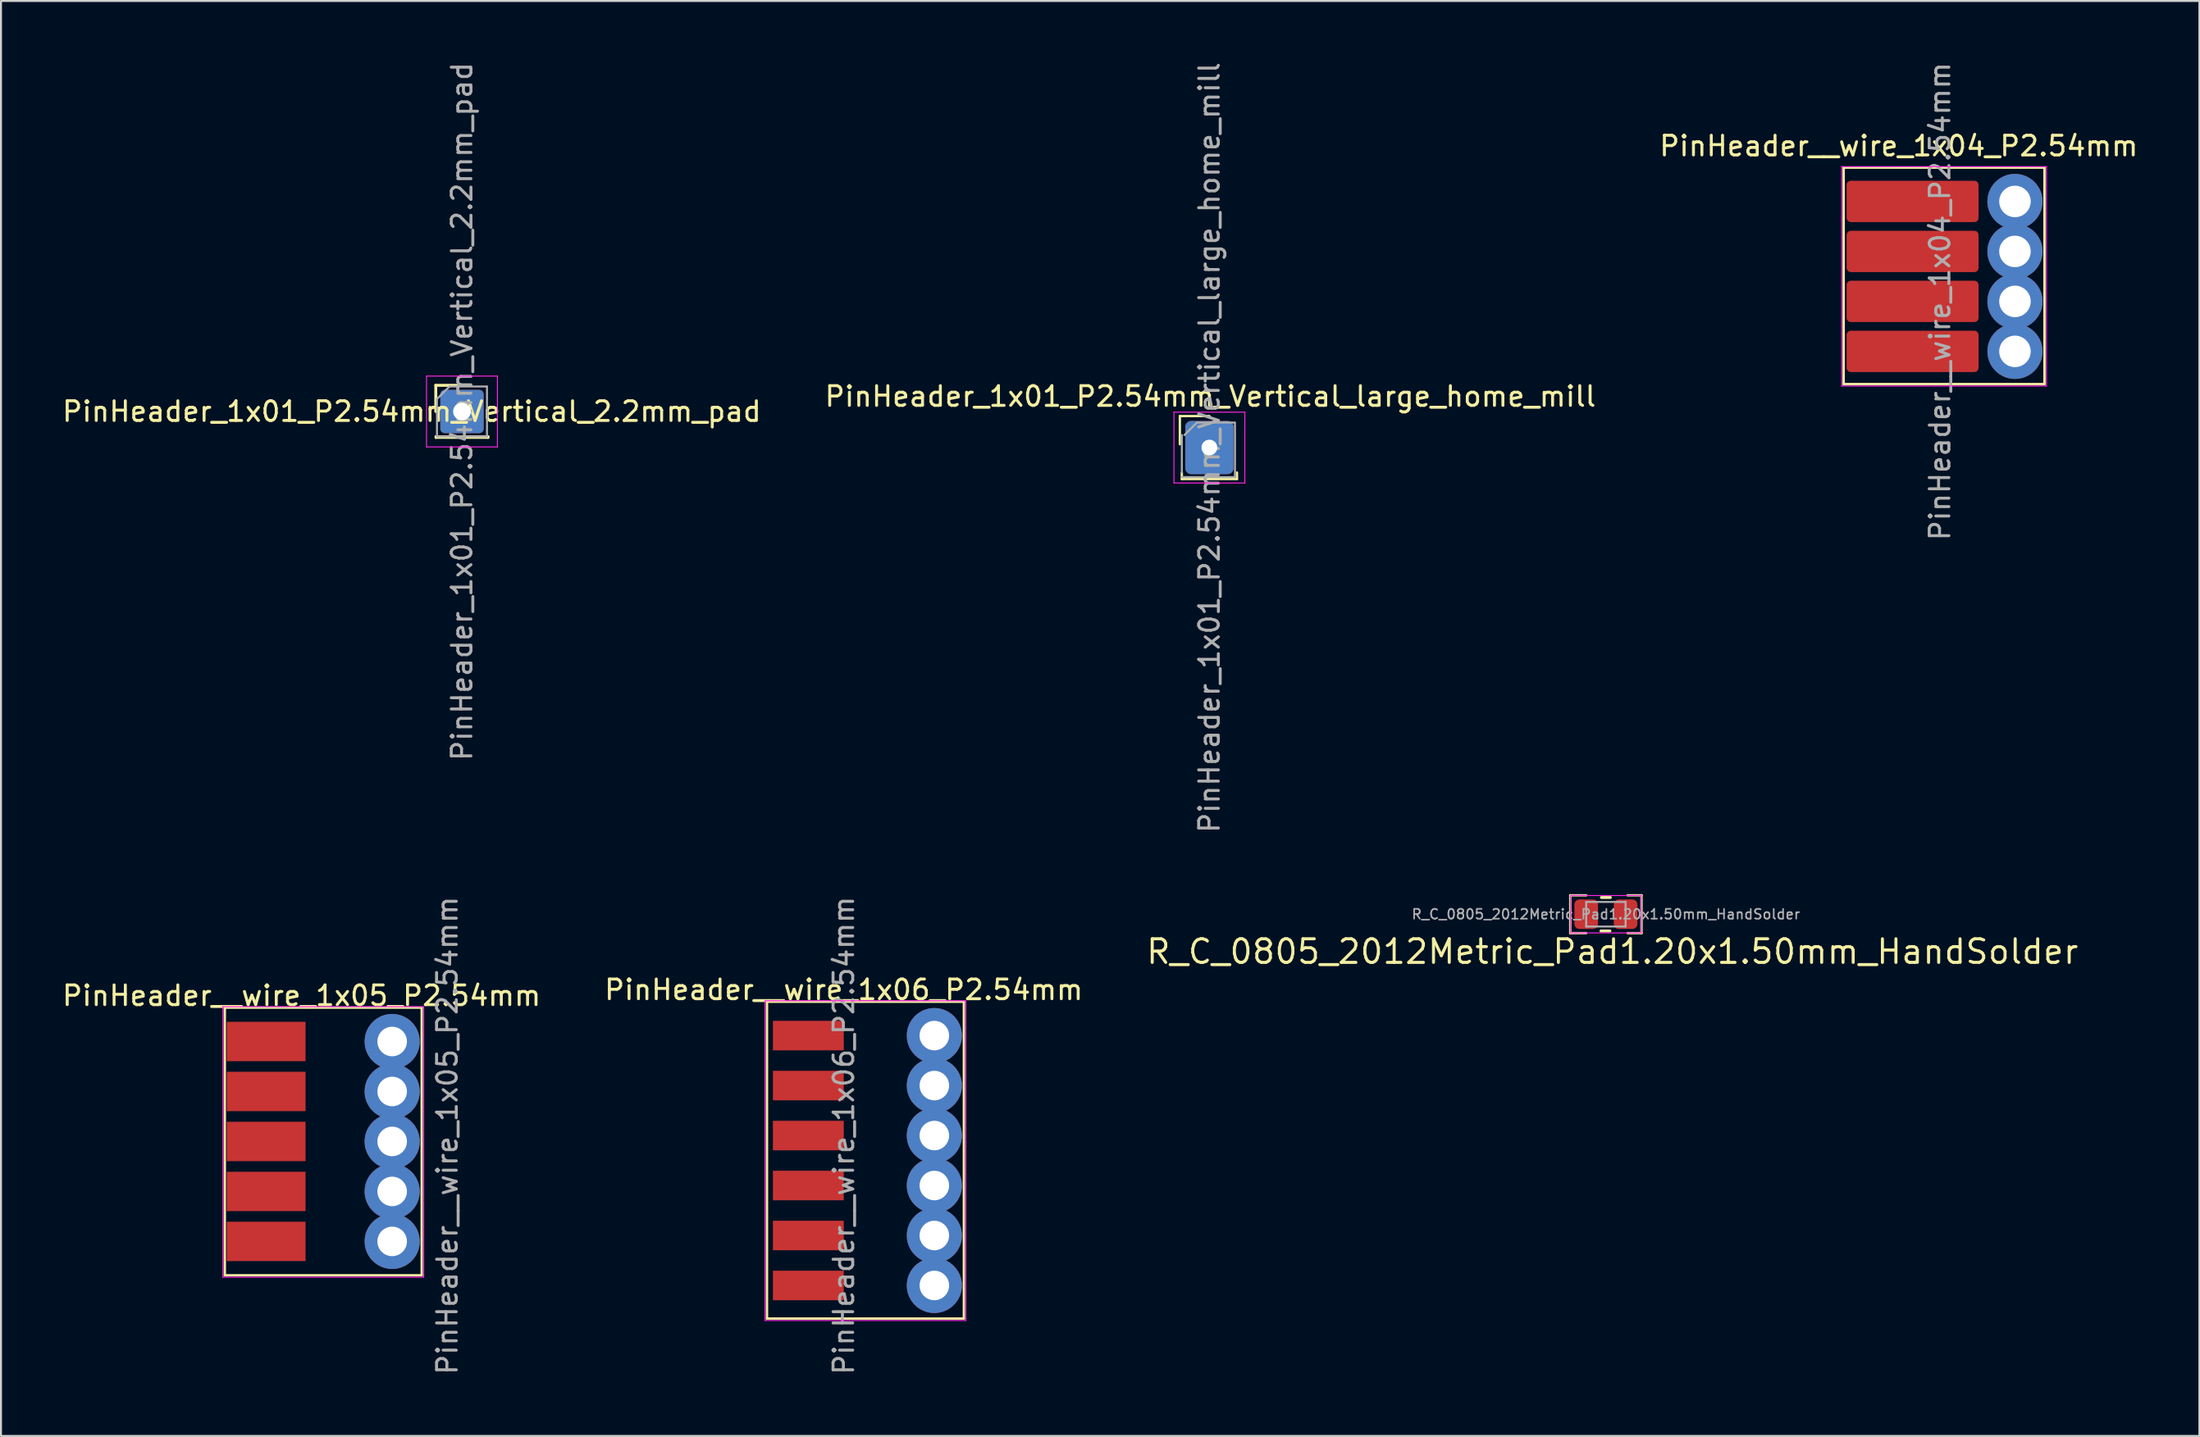
<source format=kicad_pcb>
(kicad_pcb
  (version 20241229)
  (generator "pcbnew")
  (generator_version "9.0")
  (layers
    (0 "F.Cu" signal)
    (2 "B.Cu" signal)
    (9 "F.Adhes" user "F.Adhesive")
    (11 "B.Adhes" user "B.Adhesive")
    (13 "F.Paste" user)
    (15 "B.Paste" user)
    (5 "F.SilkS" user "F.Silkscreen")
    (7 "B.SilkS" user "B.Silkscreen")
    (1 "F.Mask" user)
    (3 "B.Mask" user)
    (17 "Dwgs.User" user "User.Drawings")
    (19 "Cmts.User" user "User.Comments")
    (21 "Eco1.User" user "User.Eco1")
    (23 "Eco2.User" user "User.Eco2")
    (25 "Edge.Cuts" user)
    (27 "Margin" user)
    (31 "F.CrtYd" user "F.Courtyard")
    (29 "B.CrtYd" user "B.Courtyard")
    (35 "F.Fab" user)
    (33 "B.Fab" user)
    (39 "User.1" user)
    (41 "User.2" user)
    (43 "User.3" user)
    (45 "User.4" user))
  (footprint "PinHeader_1x01_P2.54mm_Vertical_large_home_mill"
    (layer "F.Cu")
    (at 58.373 19.696)
    (property "Reference" "PinHeader_1x01_P2.54mm_Vertical_large_home_mill" (at 0.05 -2.6 0) (layer "F.SilkS") (effects (font (size 1 1) (thickness 0.15))))
    (attr through_hole)
    (fp_line (start -1.5 -1.6) (end 0 -1.6) (stroke (width 0.12) (type solid)) (layer "F.SilkS"))
    (fp_line (start -1.5 -0.17) (end -1.5 -1.6) (stroke (width 0.12) (type solid)) (layer "F.SilkS"))
    (fp_line (start -1.4 1.27) (end -1.4 1.6) (stroke (width 0.12) (type solid)) (layer "F.SilkS"))
    (fp_line (start -1.4 1.6) (end 1.4 1.6) (stroke (width 0.12) (type solid)) (layer "F.SilkS"))
    (fp_line (start 1.4 1.27) (end 1.4 1.6) (stroke (width 0.12) (type solid)) (layer "F.SilkS"))
    (fp_line (start -1.8 -1.8) (end -1.8 1.8) (stroke (width 0.05) (type solid)) (layer "F.CrtYd"))
    (fp_line (start -1.8 1.8) (end 1.8 1.8) (stroke (width 0.05) (type solid)) (layer "F.CrtYd"))
    (fp_line (start 1.8 -1.8) (end -1.8 -1.8) (stroke (width 0.05) (type solid)) (layer "F.CrtYd"))
    (fp_line (start 1.8 1.8) (end 1.8 -1.8) (stroke (width 0.05) (type solid)) (layer "F.CrtYd"))
    (fp_line (start -1.4 1.27) (end -1.4 -0.635) (stroke (width 0.1) (type solid)) (layer "F.Fab"))
    (fp_line (start -1.27 -0.635) (end -0.635 -1.27) (stroke (width 0.1) (type solid)) (layer "F.Fab"))
    (fp_line (start -0.635 -1.27) (end 1.27 -1.27) (stroke (width 0.1) (type solid)) (layer "F.Fab"))
    (fp_line (start 1.27 1.5) (end -1.4 1.5) (stroke (width 0.1) (type solid)) (layer "F.Fab"))
    (fp_line (start 1.3 -1.27) (end 1.3 1.5) (stroke (width 0.1) (type solid)) (layer "F.Fab"))
    (fp_text user "${REFERENCE}" (at 0 0 90) (layer "F.Fab") (effects (font (size 1 1) (thickness 0.15))))
    (pad "1" thru_hole roundrect (at 0 0) (size 2.45 2.7) (drill 0.8) (layers "*.Cu" "*.Mask") (roundrect_rratio 0.12)))
  (footprint "R_C_0805_2012Metric_Pad1.20x1.50mm_HandSolder"
    (layer "F.Cu")
    (at 78.511 43.413)
    (property "Reference" "R_C_0805_2012Metric_Pad1.20x1.50mm_HandSolder" (at 0.33 1.9 0) (layer "F.SilkS") (effects (font (size 1.2 1.2) (thickness 0.155))))
    (attr smd)
    (fp_line (start -1.81 -0.96) (end -1.81 0.96) (stroke (width 0.12) (type solid)) (layer "F.SilkS"))
    (fp_line (start -1.81 0.96) (end -1 0.96) (stroke (width 0.12) (type solid)) (layer "F.SilkS"))
    (fp_line (start -1 -0.96) (end -1.81 -0.96) (stroke (width 0.12) (type solid)) (layer "F.SilkS"))
    (fp_line (start -0.25 0.85) (end 0.204 0.85) (stroke (width 0.15) (type solid)) (layer "F.SilkS"))
    (fp_line (start -0.227 -0.85) (end 0.227 -0.85) (stroke (width 0.15) (type solid)) (layer "F.SilkS"))
    (fp_line (start 1.81 -0.96) (end 1.1 -0.96) (stroke (width 0.12) (type solid)) (layer "F.SilkS"))
    (fp_line (start 1.81 -0.96) (end 1.81 0.96) (stroke (width 0.12) (type solid)) (layer "F.SilkS"))
    (fp_line (start 1.81 0.96) (end 1.1 0.96) (stroke (width 0.12) (type solid)) (layer "F.SilkS"))
    (fp_line (start -1.8 -0.95) (end 1.8 -0.95) (stroke (width 0.05) (type solid)) (layer "F.CrtYd"))
    (fp_line (start -1.8 0.95) (end -1.8 -0.95) (stroke (width 0.05) (type solid)) (layer "F.CrtYd"))
    (fp_line (start 1.8 -0.95) (end 1.8 0.95) (stroke (width 0.05) (type solid)) (layer "F.CrtYd"))
    (fp_line (start 1.8 0.95) (end -1.8 0.95) (stroke (width 0.05) (type solid)) (layer "F.CrtYd"))
    (fp_line (start -1 -0.625) (end 1 -0.625) (stroke (width 0.1) (type solid)) (layer "F.Fab"))
    (fp_line (start -1 0.625) (end -1 -0.625) (stroke (width 0.1) (type solid)) (layer "F.Fab"))
    (fp_line (start 1 -0.625) (end 1 0.625) (stroke (width 0.1) (type solid)) (layer "F.Fab"))
    (fp_line (start 1 0.625) (end -1 0.625) (stroke (width 0.1) (type solid)) (layer "F.Fab"))
    (fp_text user "${REFERENCE}" (at 0 0 180) (layer "F.Fab") (effects (font (size 0.5 0.5) (thickness 0.08))))
    (pad "1" smd roundrect (at -1 0) (size 1.2 1.5) (layers "F.Cu" "F.Mask" "F.Paste") (roundrect_rratio 0.208))
    (pad "2" smd roundrect (at 1 0) (size 1.2 1.5) (layers "F.Cu" "F.Mask" "F.Paste") (roundrect_rratio 0.208)))
  (footprint "PinHeader__wire_1x05_P2.54mm"
    (layer "F.Cu")
    (at 12.268 54.961)
    (property "Reference" "PinHeader__wire_1x05_P2.54mm" (at 0 -7.41 180) (layer "F.SilkS") (effects (font (size 1 1) (thickness 0.15))))
    (attr smd)
    (fp_line (start -3.9 -6.8) (end -3.9 6.8) (stroke (width 0.12) (type solid)) (layer "F.SilkS"))
    (fp_line (start -3.9 -6.8) (end 6.1 -6.8) (stroke (width 0.12) (type solid)) (layer "F.SilkS"))
    (fp_line (start -3.9 6.8) (end 6.1 6.8) (stroke (width 0.12) (type solid)) (layer "F.SilkS"))
    (fp_line (start 6.1 -6.8) (end 6.1 6.8) (stroke (width 0.12) (type solid)) (layer "F.SilkS"))
    (fp_line (start -4 -6.85) (end -4 6.9) (stroke (width 0.05) (type solid)) (layer "F.CrtYd"))
    (fp_line (start -4 6.9) (end 6.2 6.9) (stroke (width 0.05) (type solid)) (layer "F.CrtYd"))
    (fp_line (start 6.2 -6.85) (end -4 -6.85) (stroke (width 0.05) (type solid)) (layer "F.CrtYd"))
    (fp_line (start 6.2 6.9) (end 6.2 -6.85) (stroke (width 0.05) (type solid)) (layer "F.CrtYd"))
    (fp_text user "${REFERENCE}" (at 7.4 -0.3 270) (layer "F.Fab") (effects (font (size 1 1) (thickness 0.15))))
    (pad "" np_thru_hole circle (at 4.6 -5.08) (size 2.8 2.8) (drill 1.5) (layers "*.Cu" "*.Mask"))
    (pad "" np_thru_hole circle (at 4.6 -2.54) (size 2.8 2.8) (drill 1.5) (layers "*.Cu" "*.Mask"))
    (pad "" np_thru_hole circle (at 4.6 0) (size 2.8 2.8) (drill 1.5) (layers "*.Cu" "*.Mask"))
    (pad "" np_thru_hole circle (at 4.6 2.54) (size 2.8 2.8) (drill 1.5) (layers "*.Cu" "*.Mask"))
    (pad "" np_thru_hole circle (at 4.6 5.08) (size 2.8 2.8) (drill 1.5) (layers "*.Cu" "*.Mask"))
    (pad "1" smd rect (at -1.8 -5.08) (size 4 2) (layers "F.Cu" "F.Mask" "F.Paste"))
    (pad "2" smd rect (at -1.8 -2.54) (size 4 2) (layers "F.Cu" "F.Mask" "F.Paste"))
    (pad "3" smd rect (at -1.8 0) (size 4 2) (layers "F.Cu" "F.Mask" "F.Paste"))
    (pad "4" smd rect (at -1.8 2.54) (size 4 2) (layers "F.Cu" "F.Mask" "F.Paste"))
    (pad "5" smd rect (at -1.8 5.08) (size 4 2) (layers "F.Cu" "F.Mask" "F.Paste")))
  (footprint "PinHeader_1x01_P2.54mm_Vertical_2.2mm_pad"
    (layer "F.Cu")
    (at 20.413 17.863)
    (property "Reference" "PinHeader_1x01_P2.54mm_Vertical_2.2mm_pad" (at -2.55 0 180) (layer "F.SilkS") (effects (font (size 1 1) (thickness 0.15))))
    (attr through_hole)
    (fp_line (start -1.33 -1.33) (end 0 -1.33) (stroke (width 0.15) (type solid)) (layer "F.SilkS"))
    (fp_line (start -1.33 0) (end -1.33 -1.33) (stroke (width 0.15) (type solid)) (layer "F.SilkS"))
    (fp_line (start -1.33 1.27) (end -1.33 1.33) (stroke (width 0.12) (type solid)) (layer "F.SilkS"))
    (fp_line (start -1.33 1.27) (end 1.33 1.27) (stroke (width 0.12) (type solid)) (layer "F.SilkS"))
    (fp_line (start -1.33 1.33) (end 1.33 1.33) (stroke (width 0.12) (type solid)) (layer "F.SilkS"))
    (fp_line (start 1.33 1.27) (end 1.33 1.33) (stroke (width 0.12) (type solid)) (layer "F.SilkS"))
    (fp_line (start -1.8 -1.8) (end -1.8 1.8) (stroke (width 0.05) (type solid)) (layer "F.CrtYd"))
    (fp_line (start -1.8 1.8) (end 1.8 1.8) (stroke (width 0.05) (type solid)) (layer "F.CrtYd"))
    (fp_line (start 1.8 -1.8) (end -1.8 -1.8) (stroke (width 0.05) (type solid)) (layer "F.CrtYd"))
    (fp_line (start 1.8 1.8) (end 1.8 -1.8) (stroke (width 0.05) (type solid)) (layer "F.CrtYd"))
    (fp_line (start -1.27 -0.635) (end -0.635 -1.27) (stroke (width 0.1) (type solid)) (layer "F.Fab"))
    (fp_line (start -1.27 1.27) (end -1.27 -0.635) (stroke (width 0.1) (type solid)) (layer "F.Fab"))
    (fp_line (start -0.635 -1.27) (end 1.27 -1.27) (stroke (width 0.1) (type solid)) (layer "F.Fab"))
    (fp_line (start 1.27 -1.27) (end 1.27 1.27) (stroke (width 0.1) (type solid)) (layer "F.Fab"))
    (fp_line (start 1.27 1.27) (end -1.27 1.27) (stroke (width 0.1) (type solid)) (layer "F.Fab"))
    (fp_text user "${REFERENCE}" (at 0 0 90) (layer "F.Fab") (effects (font (size 1 1) (thickness 0.15))))
    (pad "1" thru_hole roundrect (at 0 0) (size 2.2 2.2) (drill 0.9) (layers "*.Cu" "*.Mask") (roundrect_rratio 0.1)))
  (footprint "PinHeader__wire_1x04_P2.54mm"
    (layer "F.Cu")
    (at 94.687 12.268)
    (property "Reference" "PinHeader__wire_1x04_P2.54mm" (at -1.3 -7.9 180) (layer "F.SilkS") (effects (font (size 1 1) (thickness 0.15))))
    (attr smd)
    (fp_line (start -4.1 -6.8) (end -4.1 4.2) (stroke (width 0.12) (type solid)) (layer "F.SilkS"))
    (fp_line (start -4.1 -6.8) (end 6.1 -6.8) (stroke (width 0.12) (type solid)) (layer "F.SilkS"))
    (fp_line (start -4.1 4.2) (end 6.1 4.2) (stroke (width 0.12) (type solid)) (layer "F.SilkS"))
    (fp_line (start 6.1 -6.8) (end 6.1 4.2) (stroke (width 0.12) (type solid)) (layer "F.SilkS"))
    (fp_line (start -4.2 -6.85) (end -4.2 4.3) (stroke (width 0.05) (type solid)) (layer "F.CrtYd"))
    (fp_line (start -4.2 4.3) (end 6.2 4.3) (stroke (width 0.05) (type solid)) (layer "F.CrtYd"))
    (fp_line (start 6.2 -6.85) (end -4.2 -6.85) (stroke (width 0.05) (type solid)) (layer "F.CrtYd"))
    (fp_line (start 6.2 4.3) (end 6.2 -6.85) (stroke (width 0.05) (type solid)) (layer "F.CrtYd"))
    (fp_text user "${REFERENCE}" (at 0.79 0 270) (layer "F.Fab") (effects (font (size 1 1) (thickness 0.15))))
    (pad "" np_thru_hole circle (at 4.6 -5.08) (size 2.8 2.8) (drill 1.6) (layers "*.Cu" "*.Mask"))
    (pad "" np_thru_hole circle (at 4.6 -2.54) (size 2.8 2.8) (drill 1.6) (layers "*.Cu" "*.Mask"))
    (pad "" np_thru_hole circle (at 4.6 0) (size 2.8 2.8) (drill 1.6) (layers "*.Cu" "*.Mask"))
    (pad "" np_thru_hole circle (at 4.6 2.54) (size 2.8 2.8) (drill 1.6) (layers "*.Cu" "*.Mask"))
    (pad "1" smd roundrect (at -0.6 -5.08) (size 6.7 2.1) (layers "F.Cu" "F.Mask" "F.Paste") (roundrect_rratio 0.1))
    (pad "2" smd roundrect (at -0.6 -2.54) (size 6.7 2.1) (layers "F.Cu" "F.Mask" "F.Paste") (roundrect_rratio 0.1))
    (pad "3" smd roundrect (at -0.6 0) (size 6.7 2.1) (layers "F.Cu" "F.Mask" "F.Paste") (roundrect_rratio 0.1))
    (pad "4" smd roundrect (at -0.6 2.54) (size 6.7 2.1) (layers "F.Cu" "F.Mask" "F.Paste") (roundrect_rratio 0.1)))
  (footprint "PinHeader__wire_1x06_P2.54mm"
    (layer "F.Cu")
    (at 39.804 54.661)
    (property "Reference" "PinHeader__wire_1x06_P2.54mm" (at 0 -7.41 0) (layer "F.SilkS") (effects (font (size 1 1) (thickness 0.15))))
    (attr smd)
    (fp_line (start -3.9 -6.8) (end -3.9 9.3) (stroke (width 0.12) (type solid)) (layer "F.SilkS"))
    (fp_line (start -3.9 -6.8) (end 6.1 -6.8) (stroke (width 0.12) (type solid)) (layer "F.SilkS"))
    (fp_line (start -3.9 9.3) (end 6.1 9.3) (stroke (width 0.12) (type solid)) (layer "F.SilkS"))
    (fp_line (start 6.1 -6.8) (end 6.1 9.3) (stroke (width 0.12) (type solid)) (layer "F.SilkS"))
    (fp_line (start -4 -6.85) (end -4 9.4) (stroke (width 0.05) (type solid)) (layer "F.CrtYd"))
    (fp_line (start -4 9.4) (end 6.2 9.4) (stroke (width 0.05) (type solid)) (layer "F.CrtYd"))
    (fp_line (start 6.2 -6.85) (end -4 -6.85) (stroke (width 0.05) (type solid)) (layer "F.CrtYd"))
    (fp_line (start 6.2 9.4) (end 6.2 -6.85) (stroke (width 0.05) (type solid)) (layer "F.CrtYd"))
    (fp_text user "${REFERENCE}" (at 0 0 90) (layer "F.Fab") (effects (font (size 1 1) (thickness 0.15))))
    (pad "" np_thru_hole circle (at 4.6 -5.08) (size 2.8 2.8) (drill 1.5) (layers "*.Cu" "*.Mask"))
    (pad "" np_thru_hole circle (at 4.6 -2.54) (size 2.8 2.8) (drill 1.5) (layers "*.Cu" "*.Mask"))
    (pad "" np_thru_hole circle (at 4.6 0) (size 2.8 2.8) (drill 1.5) (layers "*.Cu" "*.Mask"))
    (pad "" np_thru_hole circle (at 4.6 2.54) (size 2.8 2.8) (drill 1.5) (layers "*.Cu" "*.Mask"))
    (pad "" np_thru_hole circle (at 4.6 5.08) (size 2.8 2.8) (drill 1.5) (layers "*.Cu" "*.Mask"))
    (pad "" np_thru_hole circle (at 4.6 7.62) (size 2.8 2.8) (drill 1.5) (layers "*.Cu" "*.Mask"))
    (pad "1" smd rect (at -1.8 -5.08) (size 3.6 1.5) (layers "F.Cu" "F.Mask" "F.Paste"))
    (pad "2" smd rect (at -1.8 -2.54) (size 3.6 1.5) (layers "F.Cu" "F.Mask" "F.Paste"))
    (pad "3" smd rect (at -1.8 0) (size 3.6 1.5) (layers "F.Cu" "F.Mask" "F.Paste"))
    (pad "4" smd rect (at -1.8 2.54) (size 3.6 1.5) (layers "F.Cu" "F.Mask" "F.Paste"))
    (pad "5" smd rect (at -1.8 5.08) (size 3.6 1.5) (layers "F.Cu" "F.Mask" "F.Paste"))
    (pad "6" smd rect (at -1.8 7.62) (size 3.6 1.5) (layers "F.Cu" "F.Mask" "F.Paste")))
  (gr_rect
    (start -3 -3)
    (end 108.655 69.929)
    (stroke (width 0.1) (type default))
    (fill no)
    (layer "Edge.Cuts")))
</source>
